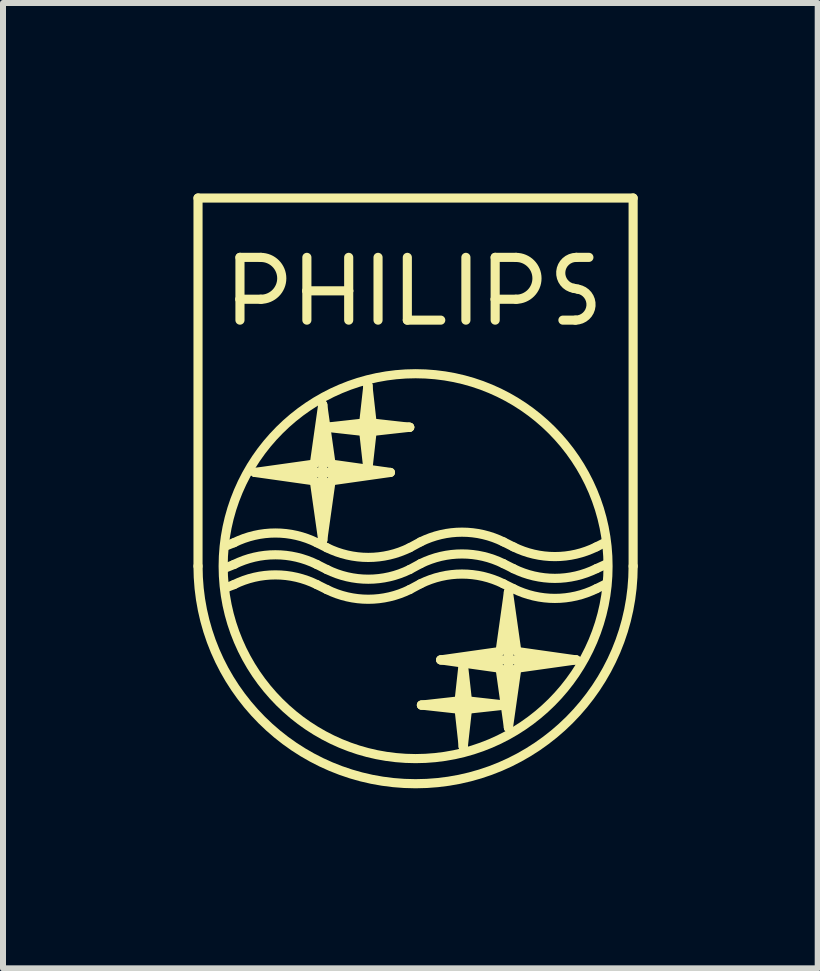
<source format=kicad_pcb>
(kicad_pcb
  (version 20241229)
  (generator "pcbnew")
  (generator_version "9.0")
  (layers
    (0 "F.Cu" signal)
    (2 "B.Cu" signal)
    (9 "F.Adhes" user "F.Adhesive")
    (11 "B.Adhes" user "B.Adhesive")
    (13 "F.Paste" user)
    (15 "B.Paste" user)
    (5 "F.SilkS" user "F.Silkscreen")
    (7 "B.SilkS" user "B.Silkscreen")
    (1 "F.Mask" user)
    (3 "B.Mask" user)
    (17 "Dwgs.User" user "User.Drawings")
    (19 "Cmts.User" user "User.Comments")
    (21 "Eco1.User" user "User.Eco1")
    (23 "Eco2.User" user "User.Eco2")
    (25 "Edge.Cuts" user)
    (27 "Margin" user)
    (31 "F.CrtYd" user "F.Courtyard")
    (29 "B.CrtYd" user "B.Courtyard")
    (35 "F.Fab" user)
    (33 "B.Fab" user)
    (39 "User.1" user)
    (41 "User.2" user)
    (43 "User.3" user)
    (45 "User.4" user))
  (footprint "micro-philips.LOGO10"
    (layer "F.Cu")
    (at 0.25 0.25)
    (property "Reference" "micro-philips.LOGO10" (at 0.2 0 0) (layer "F.SilkS") (effects (font (size 0.01 0.01)) (justify left bottom)))
    (fp_line (start 0 6.135) (end 0 0) (stroke (width 0.152) (type default)) (layer "F.SilkS"))
    (fp_line (start 0.6 5.744) (end 0.46 5.8) (stroke (width 0.152) (type default)) (layer "F.SilkS"))
    (fp_line (start 0.6 6.107) (end 0.46 6.163) (stroke (width 0.152) (type default)) (layer "F.SilkS"))
    (fp_line (start 0.6 6.442) (end 0.46 6.497) (stroke (width 0.152) (type default)) (layer "F.SilkS"))
    (fp_line (start 0.699 0.989) (end 0.699 1.687) (stroke (width 0.152) (type default)) (layer "F.SilkS"))
    (fp_line (start 0.699 0.989) (end 1.047 0.989) (stroke (width 0.152) (type default)) (layer "F.SilkS"))
    (fp_line (start 0.699 1.687) (end 0.699 2.035) (stroke (width 0.152) (type default)) (layer "F.SilkS"))
    (fp_line (start 0.699 1.687) (end 1.047 1.687) (stroke (width 0.152) (type default)) (layer "F.SilkS"))
    (fp_line (start 0.948 4.573) (end 1.938 4.434) (stroke (width 0.152) (type default)) (layer "F.SilkS"))
    (fp_line (start 1.814 0.989) (end 1.814 1.547) (stroke (width 0.152) (type default)) (layer "F.SilkS"))
    (fp_line (start 1.814 1.547) (end 1.814 2.035) (stroke (width 0.152) (type default)) (layer "F.SilkS"))
    (fp_line (start 1.814 1.547) (end 2.511 1.547) (stroke (width 0.152) (type default)) (layer "F.SilkS"))
    (fp_line (start 1.938 4.434) (end 2.078 3.444) (stroke (width 0.152) (type default)) (layer "F.SilkS"))
    (fp_line (start 1.938 4.713) (end 0.948 4.573) (stroke (width 0.152) (type default)) (layer "F.SilkS"))
    (fp_line (start 1.98 5.744) (end 2.147 5.828) (stroke (width 0.152) (type default)) (layer "F.SilkS"))
    (fp_line (start 1.98 6.107) (end 2.147 6.191) (stroke (width 0.152) (type default)) (layer "F.SilkS"))
    (fp_line (start 1.98 6.442) (end 2.147 6.525) (stroke (width 0.152) (type default)) (layer "F.SilkS"))
    (fp_line (start 2.078 3.444) (end 2.078 4.685) (stroke (width 0.152) (type default)) (layer "F.SilkS"))
    (fp_line (start 2.078 3.444) (end 2.217 4.434) (stroke (width 0.152) (type default)) (layer "F.SilkS"))
    (fp_line (start 2.078 4.685) (end 2.078 4.74) (stroke (width 0.152) (type default)) (layer "F.SilkS"))
    (fp_line (start 2.078 4.685) (end 2.078 5.703) (stroke (width 0.152) (type default)) (layer "F.SilkS"))
    (fp_line (start 2.078 5.703) (end 1.938 4.713) (stroke (width 0.152) (type default)) (layer "F.SilkS"))
    (fp_line (start 2.134 3.82) (end 2.761 3.75) (stroke (width 0.152) (type default)) (layer "F.SilkS"))
    (fp_line (start 2.134 3.82) (end 3.517 3.82) (stroke (width 0.152) (type default)) (layer "F.SilkS"))
    (fp_line (start 2.217 4.434) (end 3.207 4.573) (stroke (width 0.152) (type default)) (layer "F.SilkS"))
    (fp_line (start 2.217 4.713) (end 2.078 5.703) (stroke (width 0.152) (type default)) (layer "F.SilkS"))
    (fp_line (start 2.511 0.989) (end 2.511 1.547) (stroke (width 0.152) (type default)) (layer "F.SilkS"))
    (fp_line (start 2.511 1.547) (end 2.511 2.035) (stroke (width 0.152) (type default)) (layer "F.SilkS"))
    (fp_line (start 2.761 3.75) (end 2.831 3.123) (stroke (width 0.152) (type default)) (layer "F.SilkS"))
    (fp_line (start 2.761 3.89) (end 2.134 3.82) (stroke (width 0.152) (type default)) (layer "F.SilkS"))
    (fp_line (start 2.831 3.123) (end 2.831 4.517) (stroke (width 0.152) (type default)) (layer "F.SilkS"))
    (fp_line (start 2.831 3.123) (end 2.901 3.75) (stroke (width 0.152) (type default)) (layer "F.SilkS"))
    (fp_line (start 2.831 4.517) (end 2.761 3.89) (stroke (width 0.152) (type default)) (layer "F.SilkS"))
    (fp_line (start 2.901 3.75) (end 3.528 3.82) (stroke (width 0.152) (type default)) (layer "F.SilkS"))
    (fp_line (start 2.901 3.89) (end 2.831 4.517) (stroke (width 0.152) (type default)) (layer "F.SilkS"))
    (fp_line (start 3 0.989) (end 3 2.035) (stroke (width 0.152) (type default)) (layer "F.SilkS"))
    (fp_line (start 3.138 4.573) (end 0.948 4.573) (stroke (width 0.152) (type default)) (layer "F.SilkS"))
    (fp_line (start 3.207 4.573) (end 2.217 4.713) (stroke (width 0.152) (type default)) (layer "F.SilkS"))
    (fp_line (start 3.488 0.989) (end 3.488 2.035) (stroke (width 0.152) (type default)) (layer "F.SilkS"))
    (fp_line (start 3.488 2.035) (end 4.045 2.035) (stroke (width 0.152) (type default)) (layer "F.SilkS"))
    (fp_line (start 3.517 3.82) (end 3.528 3.82) (stroke (width 0.152) (type default)) (layer "F.SilkS"))
    (fp_line (start 3.528 3.82) (end 2.901 3.89) (stroke (width 0.152) (type default)) (layer "F.SilkS"))
    (fp_line (start 3.709 5.73) (end 3.528 5.828) (stroke (width 0.152) (type default)) (layer "F.SilkS"))
    (fp_line (start 3.709 6.093) (end 3.528 6.191) (stroke (width 0.152) (type default)) (layer "F.SilkS"))
    (fp_line (start 3.709 6.428) (end 3.528 6.525) (stroke (width 0.152) (type default)) (layer "F.SilkS"))
    (fp_line (start 3.723 8.45) (end 4.351 8.38) (stroke (width 0.152) (type default)) (layer "F.SilkS"))
    (fp_line (start 4.044 7.697) (end 5.034 7.557) (stroke (width 0.152) (type default)) (layer "F.SilkS"))
    (fp_line (start 4.044 7.697) (end 6.303 7.697) (stroke (width 0.152) (type default)) (layer "F.SilkS"))
    (fp_line (start 4.351 8.38) (end 4.42 7.752) (stroke (width 0.152) (type default)) (layer "F.SilkS"))
    (fp_line (start 4.351 8.519) (end 3.723 8.45) (stroke (width 0.152) (type default)) (layer "F.SilkS"))
    (fp_line (start 4.42 7.752) (end 4.49 8.38) (stroke (width 0.152) (type default)) (layer "F.SilkS"))
    (fp_line (start 4.42 9.139) (end 4.42 7.752) (stroke (width 0.152) (type default)) (layer "F.SilkS"))
    (fp_line (start 4.42 9.147) (end 4.351 8.519) (stroke (width 0.152) (type default)) (layer "F.SilkS"))
    (fp_line (start 4.464 0.989) (end 4.464 2.035) (stroke (width 0.152) (type default)) (layer "F.SilkS"))
    (fp_line (start 4.49 8.38) (end 5.118 8.45) (stroke (width 0.152) (type default)) (layer "F.SilkS"))
    (fp_line (start 4.49 8.519) (end 4.42 9.147) (stroke (width 0.152) (type default)) (layer "F.SilkS"))
    (fp_line (start 4.952 0.989) (end 4.952 1.687) (stroke (width 0.152) (type default)) (layer "F.SilkS"))
    (fp_line (start 4.952 0.989) (end 5.3 0.989) (stroke (width 0.152) (type default)) (layer "F.SilkS"))
    (fp_line (start 4.952 1.687) (end 4.952 2.035) (stroke (width 0.152) (type default)) (layer "F.SilkS"))
    (fp_line (start 4.952 1.687) (end 5.3 1.687) (stroke (width 0.152) (type default)) (layer "F.SilkS"))
    (fp_line (start 5.034 7.557) (end 5.173 6.567) (stroke (width 0.152) (type default)) (layer "F.SilkS"))
    (fp_line (start 5.034 7.836) (end 4.044 7.697) (stroke (width 0.152) (type default)) (layer "F.SilkS"))
    (fp_line (start 5.09 5.73) (end 5.257 5.814) (stroke (width 0.152) (type default)) (layer "F.SilkS"))
    (fp_line (start 5.09 6.093) (end 5.257 6.177) (stroke (width 0.152) (type default)) (layer "F.SilkS"))
    (fp_line (start 5.09 6.428) (end 5.257 6.511) (stroke (width 0.152) (type default)) (layer "F.SilkS"))
    (fp_line (start 5.118 8.45) (end 3.723 8.45) (stroke (width 0.152) (type default)) (layer "F.SilkS"))
    (fp_line (start 5.118 8.45) (end 4.49 8.519) (stroke (width 0.152) (type default)) (layer "F.SilkS"))
    (fp_line (start 5.173 6.567) (end 5.313 7.557) (stroke (width 0.152) (type default)) (layer "F.SilkS"))
    (fp_line (start 5.173 7.585) (end 5.173 6.567) (stroke (width 0.152) (type default)) (layer "F.SilkS"))
    (fp_line (start 5.173 7.585) (end 5.173 7.529) (stroke (width 0.152) (type default)) (layer "F.SilkS"))
    (fp_line (start 5.173 8.826) (end 5.034 7.836) (stroke (width 0.152) (type default)) (layer "F.SilkS"))
    (fp_line (start 5.173 8.826) (end 5.173 7.585) (stroke (width 0.152) (type default)) (layer "F.SilkS"))
    (fp_line (start 5.313 7.557) (end 6.303 7.697) (stroke (width 0.152) (type default)) (layer "F.SilkS"))
    (fp_line (start 5.313 7.836) (end 5.173 8.826) (stroke (width 0.152) (type default)) (layer "F.SilkS"))
    (fp_line (start 6.081 2.035) (end 6.29 2.035) (stroke (width 0.152) (type default)) (layer "F.SilkS"))
    (fp_line (start 6.263 1.505) (end 6.332 1.519) (stroke (width 0.152) (type default)) (layer "F.SilkS"))
    (fp_line (start 6.303 7.697) (end 5.313 7.836) (stroke (width 0.152) (type default)) (layer "F.SilkS"))
    (fp_line (start 6.304 0.989) (end 6.514 0.989) (stroke (width 0.152) (type default)) (layer "F.SilkS"))
    (fp_line (start 6.638 5.814) (end 6.749 5.758) (stroke (width 0.152) (type default)) (layer "F.SilkS"))
    (fp_line (start 6.638 6.177) (end 6.791 6.107) (stroke (width 0.152) (type default)) (layer "F.SilkS"))
    (fp_line (start 6.638 6.511) (end 6.805 6.428) (stroke (width 0.152) (type default)) (layer "F.SilkS"))
    (fp_line (start 7.251 0) (end 0 0) (stroke (width 0.152) (type default)) (layer "F.SilkS"))
    (fp_line (start 7.251 6.135) (end 7.251 0) (stroke (width 0.152) (type default)) (layer "F.SilkS"))
    (fp_arc (start 0.5994 5.7439) (mid 1.289712 5.582442) (end 1.98 5.744) (stroke (width 0.1524) (type default)) (layer "F.SilkS"))
    (fp_arc (start 0.5994 6.1069) (mid 1.289712 5.945442) (end 1.98 6.107) (stroke (width 0.1524) (type default)) (layer "F.SilkS"))
    (fp_arc (start 0.5994 6.4419) (mid 1.289712 6.280442) (end 1.98 6.442) (stroke (width 0.1524) (type default)) (layer "F.SilkS"))
    (fp_arc (start 1.047 0.9898) (mid 1.3956 1.3384) (end 1.047 1.687) (stroke (width 0.1524) (type default)) (layer "F.SilkS"))
    (fp_arc (start 3.5276 5.828) (mid 2.8373 5.989503) (end 2.147 5.828) (stroke (width 0.1524) (type default)) (layer "F.SilkS"))
    (fp_arc (start 3.5276 6.191) (mid 2.8373 6.352503) (end 2.147 6.191) (stroke (width 0.1524) (type default)) (layer "F.SilkS"))
    (fp_arc (start 3.5276 6.525) (mid 2.8373 6.686503) (end 2.147 6.525) (stroke (width 0.1524) (type default)) (layer "F.SilkS"))
    (fp_arc (start 3.709 5.73) (mid 4.3993 5.568487) (end 5.0896 5.73) (stroke (width 0.1524) (type default)) (layer "F.SilkS"))
    (fp_arc (start 3.709 6.093) (mid 4.3993 5.931487) (end 5.0896 6.093) (stroke (width 0.1524) (type default)) (layer "F.SilkS"))
    (fp_arc (start 3.709 6.428) (mid 4.3993 6.266487) (end 5.0896 6.428) (stroke (width 0.1524) (type default)) (layer "F.SilkS"))
    (fp_arc (start 5.3 0.9898) (mid 5.6486 1.3384) (end 5.3 1.687) (stroke (width 0.1524) (type default)) (layer "F.SilkS"))
    (fp_arc (start 6.2621 1.5048) (mid 6.04525 1.227583) (end 6.304 0.989) (stroke (width 0.1524) (type default)) (layer "F.SilkS"))
    (fp_arc (start 6.3318 1.519) (mid 6.548845 1.796275) (end 6.29 2.035) (stroke (width 0.1524) (type default)) (layer "F.SilkS"))
    (fp_arc (start 6.6376 5.8139) (mid 5.947312 5.975458) (end 5.257 5.814) (stroke (width 0.1524) (type default)) (layer "F.SilkS"))
    (fp_arc (start 6.6376 6.1769) (mid 5.947312 6.338458) (end 5.257 6.177) (stroke (width 0.1524) (type default)) (layer "F.SilkS"))
    (fp_arc (start 6.6376 6.5109) (mid 5.947312 6.672458) (end 5.257 6.511) (stroke (width 0.1524) (type default)) (layer "F.SilkS"))
    (fp_arc (start 7.2512 6.135) (mid 3.6256 9.7606) (end 0 6.135) (stroke (width 0.1524) (type default)) (layer "F.SilkS"))
    (fp_circle (center 3.626 6.135) (end 6.833 6.135) (stroke (width 0.152) (type default)) (fill no) (layer "F.SilkS")))
  (gr_rect
    (start -3 -3)
    (end 10.577 13.087)
    (stroke (width 0.1) (type default))
    (fill no)
    (layer "Edge.Cuts")))
</source>
